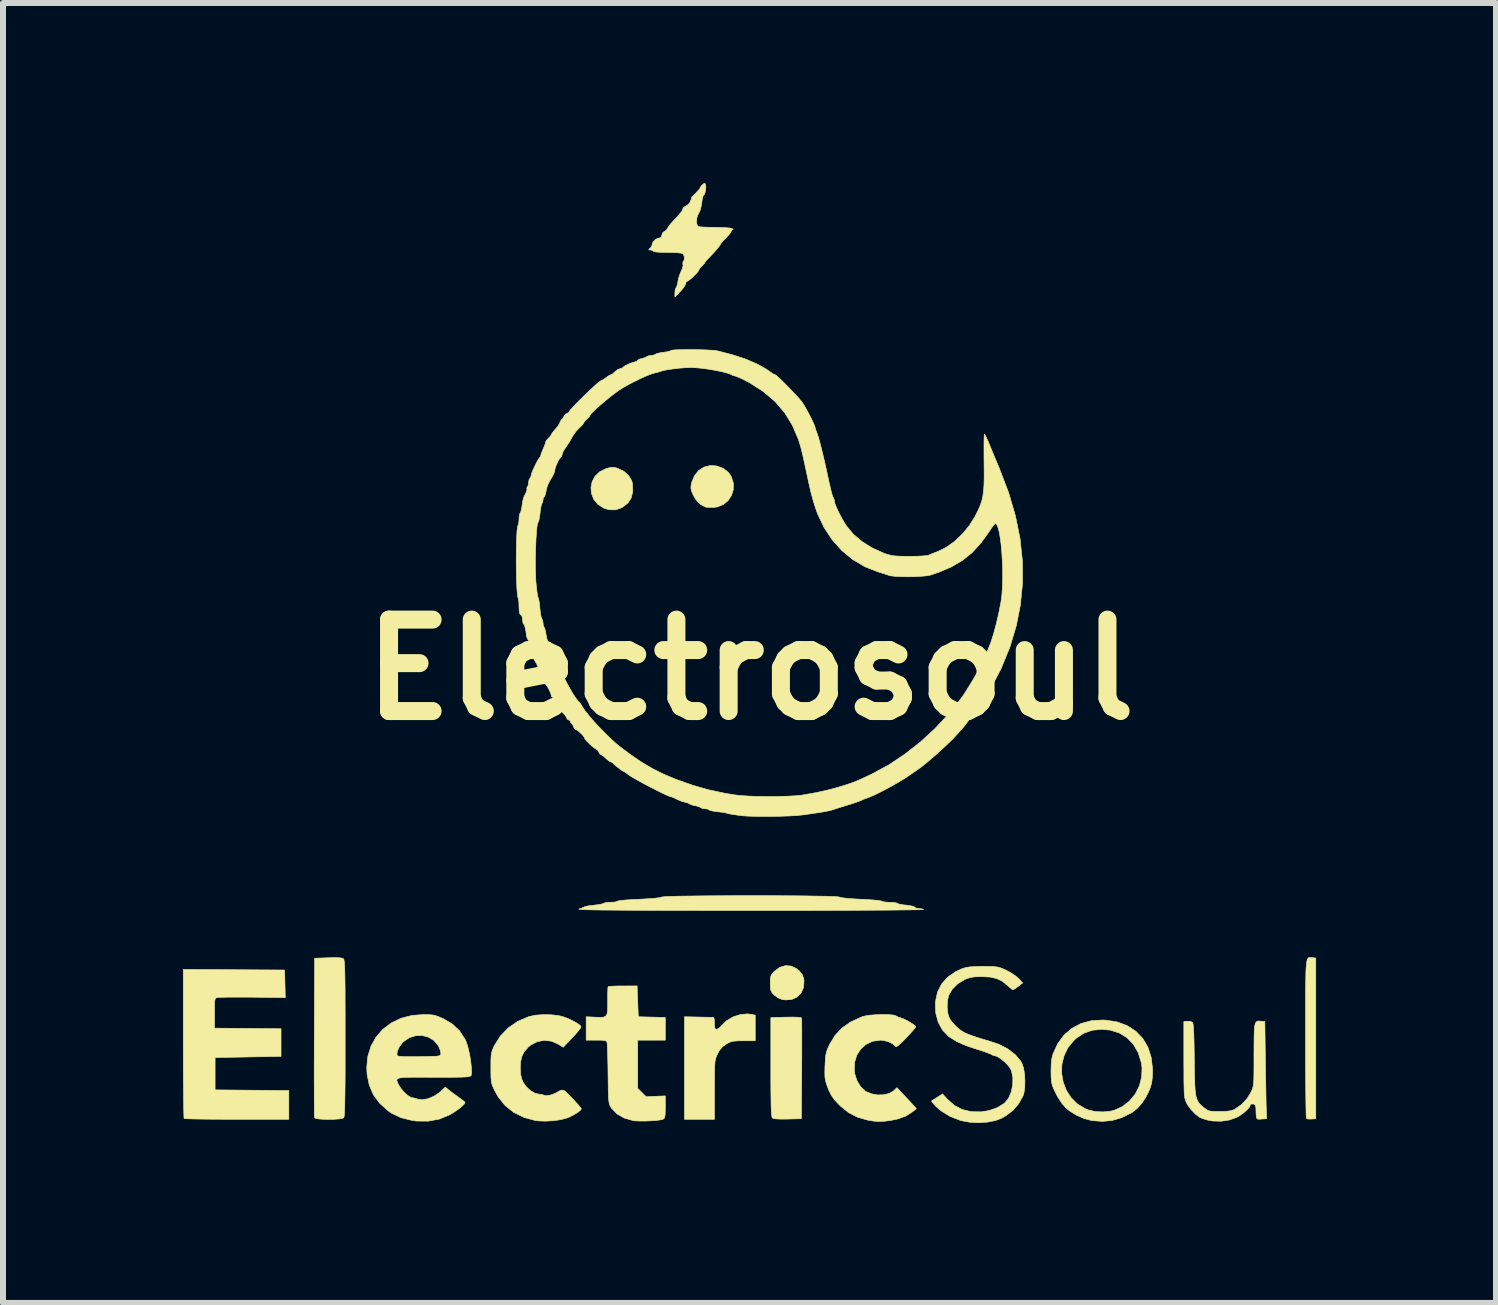
<source format=kicad_pcb>
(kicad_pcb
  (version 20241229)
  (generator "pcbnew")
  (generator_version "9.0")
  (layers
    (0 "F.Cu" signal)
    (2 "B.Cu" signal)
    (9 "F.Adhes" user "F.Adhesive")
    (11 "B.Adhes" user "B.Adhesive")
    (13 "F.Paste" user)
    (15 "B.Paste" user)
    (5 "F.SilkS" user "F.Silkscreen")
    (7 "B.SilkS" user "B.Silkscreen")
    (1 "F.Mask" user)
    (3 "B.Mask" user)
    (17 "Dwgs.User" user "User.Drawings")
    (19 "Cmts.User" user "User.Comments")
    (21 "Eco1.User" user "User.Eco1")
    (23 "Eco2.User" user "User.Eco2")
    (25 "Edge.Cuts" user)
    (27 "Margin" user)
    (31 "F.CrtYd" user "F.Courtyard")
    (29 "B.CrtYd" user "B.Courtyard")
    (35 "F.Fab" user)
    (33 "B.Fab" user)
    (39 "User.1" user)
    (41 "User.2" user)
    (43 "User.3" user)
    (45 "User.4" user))
  (footprint "Electrosoul"
    (layer "F.Cu")
    (at 9.458 8.112)
    (property "Reference" "Electrosoul" (at 0 0 0) (layer "F.SilkS") (effects (font (size 1.524 1.524) (thickness 0.3))))
    (attr through_hole)
    (fp_poly (pts (xy -2.242 -3.365) (xy -2.214 -3.356) (xy -2.111 -3.307) (xy -2.031 -3.237) (xy -1.98 -3.153) (xy -1.967 -3.106) (xy -1.961 -2.974) (xy -1.986 -2.864) (xy -2.042 -2.779) (xy -2.044 -2.777) (xy -2.144 -2.7) (xy -2.249 -2.664) (xy -2.36 -2.666) (xy -2.449 -2.695) (xy -2.545 -2.758) (xy -2.612 -2.84) (xy -2.649 -2.934) (xy -2.658 -3.034) (xy -2.639 -3.132) (xy -2.591 -3.222) (xy -2.516 -3.296) (xy -2.414 -3.348) (xy -2.408 -3.35) (xy -2.34 -3.369) (xy -2.291 -3.374) (xy -2.242 -3.365)) (stroke (width 0.01) (type solid)) (fill yes) (layer "F.SilkS"))
    (fp_poly (pts (xy -0.564 -3.396) (xy -0.451 -3.355) (xy -0.366 -3.287) (xy -0.319 -3.217) (xy -0.285 -3.11) (xy -0.285 -3.004) (xy -0.316 -2.904) (xy -0.374 -2.817) (xy -0.455 -2.751) (xy -0.555 -2.712) (xy -0.606 -2.706) (xy -0.674 -2.705) (xy -0.73 -2.708) (xy -0.749 -2.711) (xy -0.834 -2.755) (xy -0.908 -2.832) (xy -0.954 -2.912) (xy -0.981 -2.976) (xy -0.992 -3.024) (xy -0.989 -3.072) (xy -0.979 -3.12) (xy -0.934 -3.231) (xy -0.864 -3.318) (xy -0.773 -3.377) (xy -0.668 -3.403) (xy -0.564 -3.396)) (stroke (width 0.01) (type solid)) (fill yes) (layer "F.SilkS"))
    (fp_poly (pts (xy 0.679 4.94) (xy 0.772 4.985) (xy 0.82 5.027) (xy 0.866 5.086) (xy 0.889 5.152) (xy 0.893 5.19) (xy 0.885 5.298) (xy 0.845 5.388) (xy 0.778 5.456) (xy 0.69 5.496) (xy 0.584 5.505) (xy 0.522 5.496) (xy 0.464 5.471) (xy 0.405 5.429) (xy 0.392 5.418) (xy 0.358 5.38) (xy 0.339 5.343) (xy 0.332 5.293) (xy 0.33 5.227) (xy 0.332 5.154) (xy 0.34 5.107) (xy 0.361 5.069) (xy 0.396 5.03) (xy 0.485 4.963) (xy 0.581 4.933) (xy 0.679 4.94)) (stroke (width 0.01) (type solid)) (fill yes) (layer "F.SilkS"))
    (fp_poly (pts (xy 0.786 5.793) (xy 0.837 5.799) (xy 0.852 5.805) (xy 0.854 5.829) (xy 0.855 5.888) (xy 0.856 5.979) (xy 0.856 6.097) (xy 0.856 6.238) (xy 0.856 6.397) (xy 0.855 6.57) (xy 0.855 6.655) (xy 0.849 7.484) (xy 0.619 7.49) (xy 0.504 7.491) (xy 0.425 7.487) (xy 0.378 7.479) (xy 0.364 7.471) (xy 0.358 7.454) (xy 0.353 7.418) (xy 0.348 7.357) (xy 0.345 7.271) (xy 0.343 7.156) (xy 0.341 7.01) (xy 0.34 6.828) (xy 0.34 6.622) (xy 0.34 5.798) (xy 0.592 5.792) (xy 0.703 5.79) (xy 0.786 5.793)) (stroke (width 0.01) (type solid)) (fill yes) (layer "F.SilkS"))
    (fp_poly (pts (xy 9.344 4.797) (xy 9.366 4.8) (xy 9.423 4.806) (xy 9.423 7.484) (xy 9.352 7.49) (xy 9.301 7.49) (xy 9.269 7.483) (xy 9.267 7.482) (xy 9.265 7.46) (xy 9.262 7.401) (xy 9.26 7.309) (xy 9.258 7.188) (xy 9.256 7.039) (xy 9.255 6.868) (xy 9.254 6.676) (xy 9.253 6.468) (xy 9.253 6.247) (xy 9.253 6.154) (xy 9.253 5.887) (xy 9.253 5.657) (xy 9.253 5.462) (xy 9.254 5.298) (xy 9.256 5.163) (xy 9.258 5.054) (xy 9.262 4.969) (xy 9.268 4.904) (xy 9.275 4.858) (xy 9.284 4.826) (xy 9.295 4.807) (xy 9.309 4.798) (xy 9.325 4.795) (xy 9.344 4.797)) (stroke (width 0.01) (type solid)) (fill yes) (layer "F.SilkS"))
    (fp_poly (pts (xy -7.764 5.006) (xy -7.753 5.466) (xy -8.297 5.459) (xy -8.442 5.458) (xy -8.577 5.458) (xy -8.694 5.458) (xy -8.789 5.46) (xy -8.855 5.462) (xy -8.887 5.465) (xy -8.887 5.465) (xy -8.906 5.471) (xy -8.919 5.483) (xy -8.927 5.509) (xy -8.931 5.553) (xy -8.933 5.624) (xy -8.933 5.726) (xy -8.933 5.975) (xy -8.378 5.98) (xy -7.824 5.985) (xy -7.824 6.445) (xy -8.923 6.465) (xy -8.923 7.004) (xy -7.694 7.015) (xy -7.694 7.494) (xy -8.56 7.494) (xy -8.742 7.494) (xy -8.912 7.493) (xy -9.065 7.492) (xy -9.198 7.49) (xy -9.305 7.488) (xy -9.384 7.485) (xy -9.43 7.483) (xy -9.439 7.481) (xy -9.442 7.459) (xy -9.444 7.401) (xy -9.446 7.309) (xy -9.448 7.188) (xy -9.449 7.041) (xy -9.451 6.871) (xy -9.452 6.682) (xy -9.452 6.477) (xy -9.453 6.26) (xy -9.453 6.232) (xy -9.453 4.996) (xy -7.764 5.006)) (stroke (width 0.01) (type solid)) (fill yes) (layer "F.SilkS"))
    (fp_poly (pts (xy 0.018 5.745) (xy 0.08 5.759) (xy 0.08 5.972) (xy 0.08 6.185) (xy -0.115 6.185) (xy -0.209 6.186) (xy -0.274 6.191) (xy -0.323 6.201) (xy -0.367 6.22) (xy -0.403 6.24) (xy -0.47 6.288) (xy -0.519 6.349) (xy -0.548 6.404) (xy -0.564 6.438) (xy -0.576 6.47) (xy -0.585 6.505) (xy -0.592 6.549) (xy -0.596 6.607) (xy -0.598 6.685) (xy -0.599 6.789) (xy -0.6 6.924) (xy -0.6 7.003) (xy -0.6 7.494) (xy -1.099 7.494) (xy -1.099 6.64) (xy -1.099 5.785) (xy -0.864 5.79) (xy -0.771 5.792) (xy -0.693 5.793) (xy -0.637 5.794) (xy -0.615 5.795) (xy -0.606 5.813) (xy -0.601 5.859) (xy -0.6 5.895) (xy -0.597 5.956) (xy -0.588 5.986) (xy -0.568 5.995) (xy -0.563 5.995) (xy -0.529 5.98) (xy -0.489 5.943) (xy -0.482 5.934) (xy -0.399 5.852) (xy -0.291 5.788) (xy -0.17 5.749) (xy -0.049 5.737) (xy 0.018 5.745)) (stroke (width 0.01) (type solid)) (fill yes) (layer "F.SilkS"))
    (fp_poly (pts (xy -6.842 4.802) (xy -6.796 4.811) (xy -6.784 4.817) (xy -6.778 4.827) (xy -6.773 4.847) (xy -6.768 4.88) (xy -6.765 4.928) (xy -6.762 4.996) (xy -6.76 5.085) (xy -6.758 5.198) (xy -6.756 5.338) (xy -6.756 5.508) (xy -6.755 5.71) (xy -6.755 5.948) (xy -6.755 6.144) (xy -6.755 6.42) (xy -6.755 6.659) (xy -6.756 6.862) (xy -6.758 7.032) (xy -6.76 7.171) (xy -6.762 7.28) (xy -6.766 7.363) (xy -6.769 7.42) (xy -6.774 7.455) (xy -6.779 7.47) (xy -6.809 7.481) (xy -6.867 7.489) (xy -6.944 7.494) (xy -7.029 7.495) (xy -7.114 7.494) (xy -7.188 7.489) (xy -7.241 7.48) (xy -7.265 7.469) (xy -7.265 7.469) (xy -7.267 7.445) (xy -7.268 7.385) (xy -7.269 7.291) (xy -7.27 7.168) (xy -7.27 7.018) (xy -7.271 6.845) (xy -7.271 6.652) (xy -7.27 6.444) (xy -7.27 6.222) (xy -7.269 6.127) (xy -7.264 4.81) (xy -7.038 4.802) (xy -6.922 4.799) (xy -6.842 4.802)) (stroke (width 0.01) (type solid)) (fill yes) (layer "F.SilkS"))
    (fp_poly (pts (xy -1.879 5.528) (xy -1.869 5.785) (xy -1.644 5.791) (xy -1.419 5.797) (xy -1.419 6.175) (xy -1.879 6.175) (xy -1.879 6.979) (xy -1.738 7.119) (xy -1.579 7.111) (xy -1.419 7.104) (xy -1.419 7.288) (xy -1.42 7.378) (xy -1.424 7.436) (xy -1.433 7.47) (xy -1.448 7.488) (xy -1.454 7.491) (xy -1.495 7.503) (xy -1.565 7.512) (xy -1.653 7.519) (xy -1.749 7.523) (xy -1.841 7.523) (xy -1.919 7.52) (xy -1.958 7.515) (xy -2.106 7.472) (xy -2.225 7.404) (xy -2.312 7.313) (xy -2.322 7.298) (xy -2.337 7.273) (xy -2.348 7.247) (xy -2.356 7.215) (xy -2.362 7.171) (xy -2.366 7.11) (xy -2.369 7.025) (xy -2.371 6.913) (xy -2.373 6.766) (xy -2.373 6.745) (xy -2.375 6.608) (xy -2.378 6.482) (xy -2.381 6.375) (xy -2.384 6.29) (xy -2.387 6.236) (xy -2.389 6.22) (xy -2.396 6.198) (xy -2.413 6.185) (xy -2.446 6.178) (xy -2.505 6.175) (xy -2.568 6.175) (xy -2.738 6.175) (xy -2.738 5.785) (xy -2.588 5.792) (xy -2.504 5.795) (xy -2.446 5.791) (xy -2.409 5.772) (xy -2.388 5.734) (xy -2.38 5.671) (xy -2.379 5.576) (xy -2.379 5.521) (xy -2.38 5.43) (xy -2.378 5.354) (xy -2.375 5.302) (xy -2.372 5.283) (xy -2.348 5.278) (xy -2.294 5.275) (xy -2.215 5.272) (xy -2.125 5.272) (xy -1.889 5.271) (xy -1.879 5.528)) (stroke (width 0.01) (type solid)) (fill yes) (layer "F.SilkS"))
    (fp_poly (pts (xy 5.926 5.842) (xy 6.116 5.872) (xy 6.283 5.935) (xy 6.424 6.027) (xy 6.539 6.146) (xy 6.625 6.292) (xy 6.679 6.46) (xy 6.702 6.65) (xy 6.702 6.695) (xy 6.698 6.801) (xy 6.688 6.884) (xy 6.667 6.96) (xy 6.632 7.043) (xy 6.591 7.124) (xy 6.527 7.223) (xy 6.446 7.313) (xy 6.361 7.38) (xy 6.352 7.386) (xy 6.189 7.466) (xy 6.032 7.513) (xy 5.869 7.529) (xy 5.689 7.515) (xy 5.685 7.514) (xy 5.562 7.482) (xy 5.433 7.425) (xy 5.314 7.351) (xy 5.259 7.306) (xy 5.189 7.225) (xy 5.119 7.117) (xy 5.092 7.064) (xy 5.055 6.988) (xy 5.032 6.929) (xy 5.019 6.873) (xy 5.013 6.807) (xy 5.011 6.731) (xy 5.187 6.731) (xy 5.213 6.876) (xy 5.266 7.013) (xy 5.346 7.136) (xy 5.451 7.24) (xy 5.581 7.318) (xy 5.636 7.34) (xy 5.748 7.365) (xy 5.877 7.371) (xy 6.003 7.359) (xy 6.06 7.345) (xy 6.199 7.283) (xy 6.318 7.19) (xy 6.414 7.073) (xy 6.483 6.937) (xy 6.521 6.789) (xy 6.527 6.633) (xy 6.515 6.551) (xy 6.464 6.385) (xy 6.384 6.246) (xy 6.279 6.136) (xy 6.15 6.056) (xy 6 6.008) (xy 5.855 5.995) (xy 5.697 6.01) (xy 5.559 6.058) (xy 5.434 6.14) (xy 5.388 6.182) (xy 5.29 6.303) (xy 5.225 6.439) (xy 5.191 6.583) (xy 5.187 6.731) (xy 5.011 6.731) (xy 5.011 6.716) (xy 5.01 6.705) (xy 5.013 6.58) (xy 5.023 6.484) (xy 5.043 6.406) (xy 5.043 6.405) (xy 5.123 6.232) (xy 5.228 6.089) (xy 5.358 5.978) (xy 5.51 5.898) (xy 5.683 5.851) (xy 5.875 5.839) (xy 5.926 5.842)) (stroke (width 0.01) (type solid)) (fill yes) (layer "F.SilkS"))
    (fp_poly (pts (xy -3.324 5.752) (xy -3.201 5.765) (xy -3.118 5.786) (xy -3.036 5.817) (xy -2.957 5.855) (xy -2.888 5.894) (xy -2.84 5.928) (xy -2.823 5.95) (xy -2.833 5.973) (xy -2.866 6.017) (xy -2.916 6.077) (xy -2.968 6.133) (xy -3.121 6.293) (xy -3.203 6.242) (xy -3.316 6.192) (xy -3.436 6.178) (xy -3.554 6.2) (xy -3.662 6.256) (xy -3.704 6.291) (xy -3.771 6.368) (xy -3.812 6.45) (xy -3.833 6.549) (xy -3.836 6.642) (xy -3.831 6.74) (xy -3.815 6.815) (xy -3.79 6.875) (xy -3.738 6.95) (xy -3.669 7.014) (xy -3.595 7.058) (xy -3.531 7.074) (xy -3.475 7.081) (xy -3.439 7.094) (xy -3.392 7.101) (xy -3.327 7.089) (xy -3.257 7.062) (xy -3.237 7.052) (xy -3.187 7.023) (xy -3.15 7.008) (xy -3.118 7.009) (xy -3.084 7.03) (xy -3.038 7.074) (xy -2.972 7.142) (xy -2.968 7.146) (xy -2.908 7.212) (xy -2.859 7.266) (xy -2.827 7.304) (xy -2.818 7.318) (xy -2.834 7.343) (xy -2.878 7.378) (xy -2.939 7.416) (xy -3.008 7.452) (xy -3.063 7.474) (xy -3.167 7.501) (xy -3.293 7.518) (xy -3.423 7.525) (xy -3.541 7.52) (xy -3.582 7.515) (xy -3.777 7.462) (xy -3.945 7.379) (xy -4.087 7.266) (xy -4.203 7.123) (xy -4.264 7.014) (xy -4.29 6.958) (xy -4.308 6.911) (xy -4.319 6.862) (xy -4.324 6.802) (xy -4.326 6.721) (xy -4.326 6.635) (xy -4.326 6.528) (xy -4.323 6.452) (xy -4.316 6.395) (xy -4.304 6.348) (xy -4.285 6.302) (xy -4.27 6.269) (xy -4.169 6.108) (xy -4.038 5.972) (xy -3.881 5.863) (xy -3.699 5.785) (xy -3.687 5.781) (xy -3.583 5.759) (xy -3.457 5.75) (xy -3.324 5.752)) (stroke (width 0.01) (type solid)) (fill yes) (layer "F.SilkS"))
    (fp_poly (pts (xy 2.296 5.749) (xy 2.369 5.755) (xy 2.415 5.765) (xy 2.422 5.769) (xy 2.46 5.789) (xy 2.508 5.804) (xy 2.552 5.82) (xy 2.609 5.849) (xy 2.669 5.883) (xy 2.72 5.916) (xy 2.752 5.943) (xy 2.757 5.952) (xy 2.744 5.971) (xy 2.709 6.013) (xy 2.657 6.071) (xy 2.597 6.135) (xy 2.523 6.211) (xy 2.468 6.261) (xy 2.433 6.284) (xy 2.423 6.283) (xy 2.374 6.237) (xy 2.3 6.201) (xy 2.214 6.179) (xy 2.166 6.175) (xy 2.038 6.193) (xy 1.928 6.244) (xy 1.839 6.323) (xy 1.773 6.425) (xy 1.736 6.545) (xy 1.731 6.678) (xy 1.739 6.737) (xy 1.776 6.851) (xy 1.836 6.95) (xy 1.913 7.023) (xy 1.926 7.032) (xy 2.018 7.07) (xy 2.121 7.088) (xy 2.225 7.085) (xy 2.317 7.062) (xy 2.387 7.02) (xy 2.389 7.018) (xy 2.442 6.966) (xy 2.553 7.085) (xy 2.613 7.149) (xy 2.669 7.21) (xy 2.71 7.254) (xy 2.714 7.259) (xy 2.765 7.314) (xy 2.706 7.365) (xy 2.593 7.439) (xy 2.447 7.491) (xy 2.341 7.512) (xy 2.23 7.527) (xy 2.14 7.531) (xy 2.052 7.524) (xy 1.948 7.506) (xy 1.783 7.459) (xy 1.638 7.384) (xy 1.504 7.276) (xy 1.477 7.25) (xy 1.404 7.171) (xy 1.352 7.1) (xy 1.312 7.022) (xy 1.292 6.973) (xy 1.267 6.904) (xy 1.251 6.847) (xy 1.242 6.79) (xy 1.24 6.72) (xy 1.242 6.625) (xy 1.243 6.605) (xy 1.248 6.504) (xy 1.255 6.43) (xy 1.267 6.372) (xy 1.287 6.317) (xy 1.317 6.252) (xy 1.32 6.245) (xy 1.411 6.096) (xy 1.526 5.973) (xy 1.669 5.873) (xy 1.844 5.792) (xy 1.873 5.781) (xy 1.932 5.767) (xy 2.014 5.757) (xy 2.108 5.75) (xy 2.206 5.747) (xy 2.296 5.749)) (stroke (width 0.01) (type solid)) (fill yes) (layer "F.SilkS"))
    (fp_poly (pts (xy 8.505 5.858) (xy 8.512 5.859) (xy 8.574 5.865) (xy 8.583 6.505) (xy 8.585 6.67) (xy 8.588 6.831) (xy 8.591 6.98) (xy 8.593 7.112) (xy 8.595 7.219) (xy 8.597 7.295) (xy 8.598 7.314) (xy 8.603 7.484) (xy 8.518 7.49) (xy 8.478 7.493) (xy 8.452 7.49) (xy 8.437 7.473) (xy 8.43 7.436) (xy 8.427 7.371) (xy 8.425 7.304) (xy 8.416 7.259) (xy 8.388 7.24) (xy 8.378 7.238) (xy 8.344 7.241) (xy 8.333 7.252) (xy 8.318 7.289) (xy 8.276 7.338) (xy 8.216 7.39) (xy 8.148 7.438) (xy 8.108 7.461) (xy 7.985 7.505) (xy 7.845 7.526) (xy 7.703 7.522) (xy 7.624 7.508) (xy 7.559 7.489) (xy 7.508 7.471) (xy 7.491 7.463) (xy 7.416 7.407) (xy 7.342 7.329) (xy 7.282 7.246) (xy 7.267 7.217) (xy 7.255 7.189) (xy 7.246 7.161) (xy 7.238 7.127) (xy 7.233 7.083) (xy 7.229 7.023) (xy 7.227 6.944) (xy 7.225 6.84) (xy 7.225 6.707) (xy 7.224 6.54) (xy 7.224 6.495) (xy 7.224 5.865) (xy 7.286 5.859) (xy 7.337 5.863) (xy 7.37 5.88) (xy 7.378 5.909) (xy 7.384 5.975) (xy 7.39 6.079) (xy 7.394 6.221) (xy 7.397 6.403) (xy 7.398 6.496) (xy 7.4 6.679) (xy 7.403 6.828) (xy 7.408 6.945) (xy 7.415 7.037) (xy 7.426 7.108) (xy 7.442 7.162) (xy 7.463 7.205) (xy 7.491 7.24) (xy 7.526 7.274) (xy 7.561 7.302) (xy 7.6 7.332) (xy 7.635 7.35) (xy 7.677 7.36) (xy 7.737 7.363) (xy 7.821 7.364) (xy 7.923 7.362) (xy 7.997 7.353) (xy 8.051 7.337) (xy 8.074 7.327) (xy 8.184 7.249) (xy 8.281 7.145) (xy 8.345 7.039) (xy 8.36 7.006) (xy 8.371 6.974) (xy 8.38 6.939) (xy 8.386 6.894) (xy 8.39 6.834) (xy 8.392 6.755) (xy 8.393 6.649) (xy 8.393 6.513) (xy 8.393 6.417) (xy 8.394 6.251) (xy 8.395 6.121) (xy 8.398 6.023) (xy 8.403 5.952) (xy 8.413 5.904) (xy 8.427 5.875) (xy 8.446 5.86) (xy 8.472 5.856) (xy 8.505 5.858)) (stroke (width 0.01) (type solid)) (fill yes) (layer "F.SilkS"))
    (fp_poly (pts (xy 0.141 3.767) (xy 0.35 3.767) (xy 0.553 3.768) (xy 0.746 3.769) (xy 0.924 3.771) (xy 1.085 3.774) (xy 1.223 3.776) (xy 1.336 3.779) (xy 1.419 3.783) (xy 1.469 3.787) (xy 1.481 3.79) (xy 1.511 3.799) (xy 1.573 3.807) (xy 1.662 3.816) (xy 1.771 3.823) (xy 1.839 3.826) (xy 1.95 3.832) (xy 2.048 3.839) (xy 2.125 3.846) (xy 2.174 3.854) (xy 2.187 3.858) (xy 2.216 3.869) (xy 2.272 3.875) (xy 2.321 3.877) (xy 2.385 3.88) (xy 2.431 3.887) (xy 2.446 3.894) (xy 2.47 3.905) (xy 2.523 3.916) (xy 2.593 3.925) (xy 2.598 3.925) (xy 2.667 3.935) (xy 2.717 3.946) (xy 2.738 3.957) (xy 2.738 3.958) (xy 2.755 3.972) (xy 2.793 3.978) (xy 2.85 3.986) (xy 2.888 3.997) (xy 2.873 3.999) (xy 2.82 4.001) (xy 2.732 4.003) (xy 2.609 4.004) (xy 2.454 4.006) (xy 2.27 4.008) (xy 2.057 4.009) (xy 1.819 4.01) (xy 1.557 4.011) (xy 1.273 4.012) (xy 0.968 4.013) (xy 0.646 4.013) (xy 0.309 4.013) (xy 0 4.013) (xy -0.419 4.013) (xy -0.8 4.013) (xy -1.143 4.012) (xy -1.451 4.012) (xy -1.724 4.011) (xy -1.964 4.01) (xy -2.172 4.009) (xy -2.35 4.007) (xy -2.498 4.006) (xy -2.62 4.004) (xy -2.715 4.002) (xy -2.785 3.999) (xy -2.831 3.997) (xy -2.856 3.994) (xy -2.86 3.991) (xy -2.858 3.99) (xy -2.805 3.971) (xy -2.768 3.954) (xy -2.765 3.952) (xy -2.735 3.943) (xy -2.678 3.933) (xy -2.604 3.925) (xy -2.6 3.924) (xy -2.528 3.916) (xy -2.474 3.905) (xy -2.447 3.895) (xy -2.446 3.894) (xy -2.422 3.885) (xy -2.371 3.878) (xy -2.327 3.877) (xy -2.267 3.874) (xy -2.228 3.866) (xy -2.218 3.859) (xy -2.199 3.853) (xy -2.147 3.846) (xy -2.067 3.838) (xy -1.966 3.832) (xy -1.864 3.827) (xy -1.735 3.82) (xy -1.627 3.813) (xy -1.545 3.804) (xy -1.494 3.795) (xy -1.481 3.79) (xy -1.456 3.786) (xy -1.395 3.782) (xy -1.302 3.778) (xy -1.18 3.775) (xy -1.034 3.773) (xy -0.867 3.771) (xy -0.684 3.769) (xy -0.487 3.768) (xy -0.282 3.767) (xy -0.071 3.767) (xy 0.141 3.767)) (stroke (width 0.01) (type solid)) (fill yes) (layer "F.SilkS"))
    (fp_poly (pts (xy -5.353 5.75) (xy -5.284 5.757) (xy -5.223 5.774) (xy -5.153 5.802) (xy -5.116 5.819) (xy -4.965 5.909) (xy -4.846 6.023) (xy -4.756 6.163) (xy -4.743 6.191) (xy -4.718 6.26) (xy -4.695 6.349) (xy -4.675 6.447) (xy -4.66 6.546) (xy -4.651 6.637) (xy -4.648 6.711) (xy -4.654 6.759) (xy -4.659 6.768) (xy -4.672 6.776) (xy -4.699 6.783) (xy -4.743 6.788) (xy -4.809 6.791) (xy -4.9 6.793) (xy -5.021 6.794) (xy -5.176 6.794) (xy -5.284 6.794) (xy -5.462 6.793) (xy -5.603 6.793) (xy -5.712 6.794) (xy -5.792 6.798) (xy -5.846 6.805) (xy -5.878 6.817) (xy -5.893 6.833) (xy -5.892 6.855) (xy -5.881 6.885) (xy -5.862 6.921) (xy -5.857 6.931) (xy -5.819 6.989) (xy -5.767 7.047) (xy -5.711 7.097) (xy -5.661 7.128) (xy -5.637 7.134) (xy -5.6 7.141) (xy -5.547 7.157) (xy -5.543 7.158) (xy -5.465 7.168) (xy -5.372 7.15) (xy -5.276 7.11) (xy -5.186 7.05) (xy -5.168 7.035) (xy -5.086 6.958) (xy -5.033 7.001) (xy -4.989 7.036) (xy -4.927 7.082) (xy -4.869 7.124) (xy -4.813 7.165) (xy -4.772 7.197) (xy -4.756 7.215) (xy -4.756 7.215) (xy -4.772 7.242) (xy -4.814 7.282) (xy -4.875 7.33) (xy -4.945 7.379) (xy -5.016 7.421) (xy -5.187 7.491) (xy -5.373 7.525) (xy -5.568 7.523) (xy -5.64 7.513) (xy -5.825 7.467) (xy -5.981 7.393) (xy -6.036 7.355) (xy -6.178 7.228) (xy -6.283 7.086) (xy -6.353 6.926) (xy -6.389 6.747) (xy -6.395 6.631) (xy -6.377 6.444) (xy -6.365 6.407) (xy -5.893 6.407) (xy -5.885 6.435) (xy -5.86 6.443) (xy -5.795 6.449) (xy -5.694 6.451) (xy -5.556 6.451) (xy -5.519 6.45) (xy -5.393 6.448) (xy -5.301 6.446) (xy -5.237 6.443) (xy -5.197 6.438) (xy -5.175 6.43) (xy -5.164 6.419) (xy -5.16 6.404) (xy -5.159 6.399) (xy -5.166 6.356) (xy -5.188 6.297) (xy -5.206 6.263) (xy -5.277 6.179) (xy -5.368 6.124) (xy -5.472 6.097) (xy -5.58 6.101) (xy -5.686 6.134) (xy -5.781 6.199) (xy -5.799 6.216) (xy -5.85 6.282) (xy -5.882 6.349) (xy -5.893 6.407) (xy -6.365 6.407) (xy -6.324 6.274) (xy -6.239 6.123) (xy -6.125 5.993) (xy -5.986 5.888) (xy -5.824 5.81) (xy -5.642 5.763) (xy -5.446 5.748) (xy -5.353 5.75)) (stroke (width 0.01) (type solid)) (fill yes) (layer "F.SilkS"))
    (fp_poly (pts (xy 3.983 4.947) (xy 4.059 4.949) (xy 4.116 4.956) (xy 4.164 4.968) (xy 4.214 4.988) (xy 4.265 5.011) (xy 4.344 5.054) (xy 4.417 5.103) (xy 4.47 5.148) (xy 4.537 5.22) (xy 4.464 5.278) (xy 4.418 5.312) (xy 4.384 5.333) (xy 4.377 5.336) (xy 4.355 5.323) (xy 4.315 5.291) (xy 4.285 5.263) (xy 4.199 5.194) (xy 4.107 5.149) (xy 3.999 5.124) (xy 3.864 5.116) (xy 3.856 5.116) (xy 3.756 5.118) (xy 3.682 5.127) (xy 3.618 5.145) (xy 3.573 5.163) (xy 3.456 5.234) (xy 3.363 5.327) (xy 3.308 5.42) (xy 3.284 5.515) (xy 3.279 5.626) (xy 3.292 5.735) (xy 3.315 5.807) (xy 3.358 5.872) (xy 3.423 5.943) (xy 3.5 6.008) (xy 3.567 6.05) (xy 3.624 6.074) (xy 3.706 6.105) (xy 3.802 6.137) (xy 3.9 6.167) (xy 3.97 6.187) (xy 4.141 6.244) (xy 4.29 6.321) (xy 4.412 6.415) (xy 4.501 6.52) (xy 4.527 6.565) (xy 4.553 6.644) (xy 4.569 6.745) (xy 4.575 6.858) (xy 4.572 6.967) (xy 4.558 7.06) (xy 4.543 7.105) (xy 4.468 7.238) (xy 4.375 7.346) (xy 4.254 7.437) (xy 4.197 7.471) (xy 4.087 7.514) (xy 3.953 7.541) (xy 3.805 7.551) (xy 3.655 7.543) (xy 3.516 7.517) (xy 3.503 7.514) (xy 3.321 7.443) (xy 3.168 7.347) (xy 3.096 7.283) (xy 3.053 7.236) (xy 3.025 7.202) (xy 3.019 7.189) (xy 3.039 7.175) (xy 3.082 7.148) (xy 3.115 7.127) (xy 3.202 7.071) (xy 3.285 7.162) (xy 3.401 7.264) (xy 3.532 7.332) (xy 3.683 7.367) (xy 3.845 7.37) (xy 3.982 7.348) (xy 4.112 7.301) (xy 4.22 7.236) (xy 4.241 7.219) (xy 4.303 7.142) (xy 4.347 7.039) (xy 4.371 6.922) (xy 4.374 6.805) (xy 4.354 6.697) (xy 4.336 6.654) (xy 4.299 6.601) (xy 4.245 6.544) (xy 4.183 6.492) (xy 4.124 6.453) (xy 4.079 6.436) (xy 4.076 6.435) (xy 4.036 6.425) (xy 4.026 6.418) (xy 4 6.405) (xy 3.944 6.383) (xy 3.869 6.357) (xy 3.807 6.337) (xy 3.71 6.306) (xy 3.64 6.282) (xy 3.585 6.262) (xy 3.534 6.241) (xy 3.475 6.214) (xy 3.437 6.197) (xy 3.304 6.114) (xy 3.201 6.006) (xy 3.129 5.875) (xy 3.089 5.724) (xy 3.083 5.554) (xy 3.085 5.529) (xy 3.118 5.375) (xy 3.186 5.24) (xy 3.287 5.126) (xy 3.421 5.033) (xy 3.527 4.984) (xy 3.582 4.967) (xy 3.645 4.955) (xy 3.725 4.949) (xy 3.831 4.946) (xy 3.877 4.946) (xy 3.983 4.947)) (stroke (width 0.01) (type solid)) (fill yes) (layer "F.SilkS"))
    (fp_poly (pts (xy -0.755 -8.102) (xy -0.748 -8.086) (xy -0.743 -8.047) (xy -0.747 -7.996) (xy -0.757 -7.948) (xy -0.771 -7.918) (xy -0.778 -7.914) (xy -0.789 -7.896) (xy -0.801 -7.849) (xy -0.809 -7.801) (xy -0.82 -7.731) (xy -0.833 -7.674) (xy -0.841 -7.651) (xy -0.866 -7.601) (xy -0.879 -7.574) (xy -0.896 -7.519) (xy -0.899 -7.459) (xy -0.888 -7.41) (xy -0.868 -7.386) (xy -0.836 -7.381) (xy -0.774 -7.377) (xy -0.689 -7.374) (xy -0.593 -7.373) (xy -0.495 -7.371) (xy -0.409 -7.367) (xy -0.344 -7.361) (xy -0.31 -7.354) (xy -0.288 -7.341) (xy -0.295 -7.336) (xy -0.318 -7.318) (xy -0.32 -7.308) (xy -0.333 -7.282) (xy -0.368 -7.238) (xy -0.41 -7.194) (xy -0.457 -7.146) (xy -0.489 -7.108) (xy -0.5 -7.09) (xy -0.513 -7.067) (xy -0.548 -7.022) (xy -0.598 -6.964) (xy -0.658 -6.9) (xy -0.704 -6.853) (xy -0.74 -6.815) (xy -0.758 -6.789) (xy -0.759 -6.786) (xy -0.773 -6.765) (xy -0.805 -6.731) (xy -0.809 -6.726) (xy -0.843 -6.691) (xy -0.859 -6.665) (xy -0.859 -6.663) (xy -0.873 -6.638) (xy -0.908 -6.597) (xy -0.954 -6.551) (xy -1.001 -6.509) (xy -1.039 -6.481) (xy -1.053 -6.475) (xy -1.074 -6.458) (xy -1.079 -6.436) (xy -1.092 -6.402) (xy -1.127 -6.352) (xy -1.169 -6.304) (xy -1.259 -6.211) (xy -1.259 -6.282) (xy -1.254 -6.332) (xy -1.243 -6.362) (xy -1.241 -6.364) (xy -1.227 -6.389) (xy -1.213 -6.439) (xy -1.21 -6.46) (xy -1.199 -6.518) (xy -1.183 -6.572) (xy -1.157 -6.636) (xy -1.134 -6.688) (xy -1.123 -6.735) (xy -1.126 -6.763) (xy -1.126 -6.795) (xy -1.118 -6.805) (xy -1.102 -6.835) (xy -1.102 -6.881) (xy -1.117 -6.923) (xy -1.123 -6.931) (xy -1.158 -6.943) (xy -1.231 -6.951) (xy -1.345 -6.954) (xy -1.383 -6.955) (xy -1.487 -6.956) (xy -1.564 -6.961) (xy -1.609 -6.968) (xy -1.619 -6.975) (xy -1.636 -6.99) (xy -1.664 -6.995) (xy -1.695 -6.998) (xy -1.689 -7.01) (xy -1.674 -7.022) (xy -1.645 -7.06) (xy -1.639 -7.087) (xy -1.622 -7.133) (xy -1.58 -7.173) (xy -1.528 -7.194) (xy -1.519 -7.194) (xy -1.486 -7.207) (xy -1.479 -7.24) (xy -1.461 -7.285) (xy -1.434 -7.305) (xy -1.397 -7.332) (xy -1.383 -7.356) (xy -1.367 -7.383) (xy -1.33 -7.431) (xy -1.277 -7.49) (xy -1.247 -7.521) (xy -1.192 -7.581) (xy -1.151 -7.631) (xy -1.13 -7.665) (xy -1.129 -7.673) (xy -1.122 -7.695) (xy -1.095 -7.716) (xy -1.052 -7.743) (xy -1.028 -7.762) (xy -1.008 -7.792) (xy -0.99 -7.83) (xy -0.981 -7.86) (xy -0.983 -7.867) (xy -0.973 -7.881) (xy -0.942 -7.913) (xy -0.914 -7.94) (xy -0.872 -7.984) (xy -0.844 -8.018) (xy -0.839 -8.029) (xy -0.826 -8.055) (xy -0.8 -8.083) (xy -0.77 -8.107) (xy -0.755 -8.102)) (stroke (width 0.01) (type solid)) (fill yes) (layer "F.SilkS"))
    (fp_poly (pts (xy -0.961 -5.335) (xy -0.851 -5.333) (xy -0.746 -5.33) (xy -0.654 -5.325) (xy -0.583 -5.319) (xy -0.545 -5.313) (xy -0.296 -5.248) (xy -0.083 -5.178) (xy 0.098 -5.101) (xy 0.252 -5.017) (xy 0.332 -4.962) (xy 0.376 -4.932) (xy 0.408 -4.917) (xy 0.412 -4.916) (xy 0.433 -4.902) (xy 0.475 -4.865) (xy 0.532 -4.81) (xy 0.598 -4.744) (xy 0.669 -4.672) (xy 0.737 -4.6) (xy 0.797 -4.535) (xy 0.843 -4.481) (xy 0.863 -4.456) (xy 0.894 -4.408) (xy 0.933 -4.341) (xy 0.975 -4.263) (xy 1.015 -4.185) (xy 1.049 -4.114) (xy 1.072 -4.061) (xy 1.079 -4.035) (xy 1.087 -4.003) (xy 1.105 -3.954) (xy 1.107 -3.95) (xy 1.125 -3.899) (xy 1.149 -3.817) (xy 1.177 -3.709) (xy 1.208 -3.584) (xy 1.24 -3.447) (xy 1.269 -3.317) (xy 1.301 -3.166) (xy 1.328 -3.05) (xy 1.348 -2.965) (xy 1.364 -2.909) (xy 1.376 -2.877) (xy 1.381 -2.869) (xy 1.396 -2.834) (xy 1.399 -2.81) (xy 1.409 -2.766) (xy 1.436 -2.698) (xy 1.476 -2.614) (xy 1.524 -2.523) (xy 1.575 -2.436) (xy 1.601 -2.395) (xy 1.714 -2.259) (xy 1.86 -2.135) (xy 2.032 -2.028) (xy 2.223 -1.942) (xy 2.238 -1.936) (xy 2.297 -1.917) (xy 2.354 -1.903) (xy 2.418 -1.895) (xy 2.499 -1.891) (xy 2.607 -1.889) (xy 2.65 -1.889) (xy 2.778 -1.891) (xy 2.88 -1.896) (xy 2.95 -1.904) (xy 2.98 -1.912) (xy 3.027 -1.933) (xy 3.092 -1.958) (xy 3.126 -1.971) (xy 3.262 -2.038) (xy 3.4 -2.136) (xy 3.531 -2.26) (xy 3.648 -2.401) (xy 3.743 -2.552) (xy 3.751 -2.568) (xy 3.795 -2.658) (xy 3.83 -2.737) (xy 3.856 -2.813) (xy 3.874 -2.891) (xy 3.886 -2.979) (xy 3.893 -3.084) (xy 3.896 -3.213) (xy 3.895 -3.372) (xy 3.894 -3.447) (xy 3.893 -3.58) (xy 3.893 -3.699) (xy 3.893 -3.798) (xy 3.895 -3.873) (xy 3.897 -3.916) (xy 3.899 -3.926) (xy 3.91 -3.913) (xy 3.932 -3.871) (xy 3.961 -3.807) (xy 3.976 -3.772) (xy 4.01 -3.688) (xy 4.054 -3.581) (xy 4.103 -3.465) (xy 4.15 -3.353) (xy 4.15 -3.352) (xy 4.303 -2.952) (xy 4.417 -2.563) (xy 4.494 -2.182) (xy 4.533 -1.809) (xy 4.535 -1.44) (xy 4.499 -1.076) (xy 4.433 -0.739) (xy 4.325 -0.378) (xy 4.18 -0.022) (xy 4 0.323) (xy 3.789 0.652) (xy 3.548 0.962) (xy 3.38 1.147) (xy 3.313 1.213) (xy 3.229 1.292) (xy 3.136 1.377) (xy 3.041 1.462) (xy 2.951 1.538) (xy 2.874 1.601) (xy 2.819 1.643) (xy 2.818 1.644) (xy 2.772 1.675) (xy 2.712 1.717) (xy 2.678 1.741) (xy 2.578 1.808) (xy 2.461 1.879) (xy 2.334 1.951) (xy 2.207 2.019) (xy 2.089 2.078) (xy 1.987 2.123) (xy 1.918 2.148) (xy 1.873 2.165) (xy 1.849 2.178) (xy 1.822 2.189) (xy 1.766 2.209) (xy 1.69 2.235) (xy 1.619 2.257) (xy 1.528 2.285) (xy 1.446 2.31) (xy 1.385 2.33) (xy 1.359 2.339) (xy 1.304 2.353) (xy 1.209 2.371) (xy 1.074 2.392) (xy 0.9 2.417) (xy 0.879 2.42) (xy 0.779 2.43) (xy 0.649 2.438) (xy 0.501 2.443) (xy 0.343 2.446) (xy 0.188 2.446) (xy 0.044 2.444) (xy -0.077 2.439) (xy -0.13 2.435) (xy -0.219 2.424) (xy -0.297 2.413) (xy -0.352 2.403) (xy -0.37 2.398) (xy -0.41 2.387) (xy -0.475 2.376) (xy -0.544 2.368) (xy -0.614 2.359) (xy -0.666 2.348) (xy -0.69 2.337) (xy -0.717 2.323) (xy -0.759 2.318) (xy -0.805 2.312) (xy -0.828 2.3) (xy -0.854 2.285) (xy -0.903 2.271) (xy -0.919 2.268) (xy -0.972 2.256) (xy -1.005 2.242) (xy -1.009 2.239) (xy -1.033 2.225) (xy -1.081 2.211) (xy -1.09 2.209) (xy -1.158 2.19) (xy -1.227 2.16) (xy -1.231 2.157) (xy -1.282 2.132) (xy -1.32 2.119) (xy -1.325 2.118) (xy -1.355 2.109) (xy -1.412 2.084) (xy -1.49 2.047) (xy -1.582 2.001) (xy -1.681 1.951) (xy -1.779 1.899) (xy -1.871 1.849) (xy -1.947 1.805) (xy -2.003 1.772) (xy -2.022 1.758) (xy -2.068 1.723) (xy -2.101 1.702) (xy -2.109 1.699) (xy -2.132 1.687) (xy -2.173 1.658) (xy -2.221 1.621) (xy -2.264 1.585) (xy -2.291 1.559) (xy -2.295 1.554) (xy -2.318 1.54) (xy -2.326 1.539) (xy -2.354 1.525) (xy -2.395 1.492) (xy -2.408 1.479) (xy -2.45 1.441) (xy -2.483 1.42) (xy -2.489 1.419) (xy -2.513 1.402) (xy -2.524 1.379) (xy -2.549 1.339) (xy -2.571 1.325) (xy -2.599 1.308) (xy -2.64 1.275) (xy -2.685 1.233) (xy -2.727 1.192) (xy -2.757 1.158) (xy -2.767 1.14) (xy -2.765 1.139) (xy -2.769 1.126) (xy -2.794 1.094) (xy -2.818 1.069) (xy -2.862 1.028) (xy -2.899 1.003) (xy -2.911 0.999) (xy -2.935 0.982) (xy -2.949 0.949) (xy -2.965 0.912) (xy -2.98 0.899) (xy -2.996 0.883) (xy -2.998 0.869) (xy -3.014 0.843) (xy -3.028 0.839) (xy -3.054 0.825) (xy -3.058 0.813) (xy -3.071 0.784) (xy -3.105 0.742) (xy -3.118 0.729) (xy -3.155 0.687) (xy -3.176 0.653) (xy -3.177 0.646) (xy -3.187 0.622) (xy -3.193 0.62) (xy -3.213 0.602) (xy -3.24 0.559) (xy -3.267 0.499) (xy -3.269 0.495) (xy -3.288 0.465) (xy -3.3 0.46) (xy -3.317 0.444) (xy -3.317 0.438) (xy -3.326 0.403) (xy -3.347 0.352) (xy -3.373 0.3) (xy -3.397 0.264) (xy -3.403 0.258) (xy -3.419 0.236) (xy -3.42 0.233) (xy -3.428 0.194) (xy -3.453 0.147) (xy -3.471 0.123) (xy -3.494 0.086) (xy -3.497 0.068) (xy -3.506 0.027) (xy -3.516 0.005) (xy -3.538 -0.041) (xy -3.546 -0.06) (xy -3.564 -0.097) (xy -3.593 -0.146) (xy -3.596 -0.15) (xy -3.623 -0.21) (xy -3.636 -0.272) (xy -3.636 -0.272) (xy -3.646 -0.325) (xy -3.667 -0.36) (xy -3.69 -0.397) (xy -3.697 -0.439) (xy -3.702 -0.484) (xy -3.711 -0.507) (xy -3.725 -0.537) (xy -3.73 -0.555) (xy -3.745 -0.655) (xy -3.759 -0.719) (xy -3.771 -0.752) (xy -3.78 -0.759) (xy -3.791 -0.777) (xy -3.797 -0.82) (xy -3.797 -0.83) (xy -3.806 -0.887) (xy -3.827 -0.912) (xy -3.845 -0.931) (xy -3.854 -0.976) (xy -3.857 -1.048) (xy -3.859 -1.115) (xy -3.864 -1.165) (xy -3.869 -1.185) (xy -3.879 -1.213) (xy -3.886 -1.275) (xy -3.893 -1.365) (xy -3.898 -1.475) (xy -3.901 -1.6) (xy -3.903 -1.734) (xy -3.903 -1.801) (xy -3.585 -1.801) (xy -3.584 -1.676) (xy -3.581 -1.563) (xy -3.576 -1.467) (xy -3.575 -1.459) (xy -3.566 -1.363) (xy -3.556 -1.283) (xy -3.546 -1.226) (xy -3.539 -1.2) (xy -3.538 -1.199) (xy -3.53 -1.176) (xy -3.52 -1.123) (xy -3.512 -1.051) (xy -3.51 -1.03) (xy -3.502 -0.953) (xy -3.491 -0.891) (xy -3.48 -0.855) (xy -3.477 -0.851) (xy -3.462 -0.818) (xy -3.457 -0.777) (xy -3.452 -0.733) (xy -3.44 -0.711) (xy -3.428 -0.687) (xy -3.415 -0.636) (xy -3.409 -0.599) (xy -3.394 -0.522) (xy -3.373 -0.447) (xy -3.364 -0.424) (xy -3.339 -0.365) (xy -3.319 -0.316) (xy -3.316 -0.31) (xy -3.292 -0.249) (xy -3.273 -0.208) (xy -3.251 -0.169) (xy -3.239 -0.15) (xy -3.212 -0.098) (xy -3.199 -0.052) (xy -3.199 -0.05) (xy -3.187 -0.006) (xy -3.16 0.046) (xy -3.157 0.05) (xy -3.124 0.103) (xy -3.086 0.172) (xy -3.066 0.21) (xy -3.011 0.312) (xy -2.956 0.405) (xy -2.907 0.479) (xy -2.867 0.529) (xy -2.853 0.541) (xy -2.833 0.565) (xy -2.806 0.609) (xy -2.802 0.616) (xy -2.76 0.68) (xy -2.693 0.764) (xy -2.61 0.861) (xy -2.515 0.964) (xy -2.415 1.066) (xy -2.318 1.161) (xy -2.228 1.241) (xy -2.184 1.277) (xy -1.99 1.422) (xy -1.812 1.543) (xy -1.639 1.645) (xy -1.463 1.734) (xy -1.271 1.816) (xy -1.227 1.833) (xy -0.961 1.927) (xy -0.698 2.002) (xy -0.421 2.061) (xy -0.26 2.087) (xy -0.156 2.099) (xy -0.022 2.107) (xy 0.131 2.113) (xy 0.294 2.115) (xy 0.458 2.114) (xy 0.612 2.109) (xy 0.748 2.102) (xy 0.855 2.091) (xy 0.869 2.089) (xy 1.092 2.05) (xy 1.288 2.007) (xy 1.472 1.957) (xy 1.489 1.952) (xy 1.581 1.923) (xy 1.654 1.899) (xy 1.717 1.877) (xy 1.779 1.852) (xy 1.849 1.821) (xy 1.938 1.78) (xy 2.042 1.73) (xy 2.306 1.587) (xy 2.571 1.41) (xy 2.83 1.208) (xy 3.074 0.984) (xy 3.298 0.746) (xy 3.433 0.58) (xy 3.478 0.521) (xy 3.513 0.475) (xy 3.533 0.45) (xy 3.549 0.425) (xy 3.582 0.375) (xy 3.625 0.306) (xy 3.666 0.24) (xy 3.713 0.163) (xy 3.756 0.088) (xy 3.798 0.008) (xy 3.844 -0.084) (xy 3.897 -0.198) (xy 3.962 -0.339) (xy 3.966 -0.35) (xy 4.008 -0.456) (xy 4.052 -0.594) (xy 4.095 -0.754) (xy 4.136 -0.927) (xy 4.171 -1.105) (xy 4.176 -1.129) (xy 4.191 -1.241) (xy 4.2 -1.37) (xy 4.204 -1.511) (xy 4.204 -1.659) (xy 4.199 -1.808) (xy 4.19 -1.952) (xy 4.178 -2.088) (xy 4.162 -2.208) (xy 4.143 -2.309) (xy 4.122 -2.384) (xy 4.099 -2.428) (xy 4.081 -2.438) (xy 4.064 -2.422) (xy 4.032 -2.38) (xy 3.991 -2.32) (xy 3.973 -2.293) (xy 3.838 -2.106) (xy 3.693 -1.95) (xy 3.533 -1.821) (xy 3.351 -1.714) (xy 3.14 -1.624) (xy 2.998 -1.576) (xy 2.938 -1.565) (xy 2.851 -1.557) (xy 2.746 -1.551) (xy 2.633 -1.549) (xy 2.523 -1.551) (xy 2.424 -1.555) (xy 2.347 -1.563) (xy 2.308 -1.572) (xy 2.256 -1.59) (xy 2.184 -1.613) (xy 2.128 -1.63) (xy 1.909 -1.715) (xy 1.707 -1.835) (xy 1.523 -1.986) (xy 1.362 -2.166) (xy 1.226 -2.372) (xy 1.118 -2.6) (xy 1.087 -2.688) (xy 1.062 -2.766) (xy 1.04 -2.839) (xy 1.019 -2.915) (xy 0.998 -3.002) (xy 0.974 -3.108) (xy 0.945 -3.24) (xy 0.922 -3.347) (xy 0.893 -3.483) (xy 0.869 -3.589) (xy 0.849 -3.671) (xy 0.831 -3.738) (xy 0.812 -3.799) (xy 0.801 -3.835) (xy 0.701 -4.07) (xy 0.572 -4.281) (xy 0.411 -4.469) (xy 0.217 -4.635) (xy -0.01 -4.78) (xy -0.073 -4.814) (xy -0.147 -4.851) (xy -0.211 -4.879) (xy -0.253 -4.894) (xy -0.262 -4.896) (xy -0.302 -4.907) (xy -0.311 -4.913) (xy -0.348 -4.932) (xy -0.416 -4.952) (xy -0.507 -4.973) (xy -0.613 -4.994) (xy -0.724 -5.012) (xy -0.833 -5.026) (xy -0.931 -5.034) (xy -0.988 -5.036) (xy -1.078 -5.033) (xy -1.181 -5.026) (xy -1.285 -5.014) (xy -1.38 -5) (xy -1.454 -4.986) (xy -1.489 -4.975) (xy -1.536 -4.96) (xy -1.596 -4.945) (xy -1.599 -4.945) (xy -1.656 -4.928) (xy -1.738 -4.895) (xy -1.836 -4.851) (xy -1.94 -4.8) (xy -2.04 -4.748) (xy -2.128 -4.698) (xy -2.176 -4.668) (xy -2.251 -4.614) (xy -2.335 -4.55) (xy -2.421 -4.48) (xy -2.503 -4.41) (xy -2.576 -4.345) (xy -2.633 -4.29) (xy -2.669 -4.249) (xy -2.678 -4.232) (xy -2.692 -4.207) (xy -2.727 -4.174) (xy -2.728 -4.173) (xy -2.763 -4.14) (xy -2.778 -4.115) (xy -2.778 -4.115) (xy -2.792 -4.091) (xy -2.827 -4.053) (xy -2.849 -4.033) (xy -2.905 -3.975) (xy -2.954 -3.907) (xy -2.964 -3.891) (xy -3.004 -3.819) (xy -3.036 -3.766) (xy -3.068 -3.718) (xy -3.093 -3.684) (xy -3.122 -3.635) (xy -3.137 -3.595) (xy -3.138 -3.59) (xy -3.148 -3.556) (xy -3.155 -3.548) (xy -3.18 -3.52) (xy -3.209 -3.468) (xy -3.237 -3.408) (xy -3.255 -3.354) (xy -3.259 -3.332) (xy -3.27 -3.284) (xy -3.296 -3.23) (xy -3.298 -3.227) (xy -3.349 -3.14) (xy -3.382 -3.071) (xy -3.401 -3.007) (xy -3.408 -2.967) (xy -3.42 -2.914) (xy -3.434 -2.882) (xy -3.44 -2.878) (xy -3.453 -2.861) (xy -3.457 -2.829) (xy -3.464 -2.787) (xy -3.475 -2.769) (xy -3.485 -2.746) (xy -3.496 -2.693) (xy -3.505 -2.622) (xy -3.506 -2.614) (xy -3.516 -2.541) (xy -3.527 -2.485) (xy -3.539 -2.457) (xy -3.54 -2.456) (xy -3.55 -2.431) (xy -3.559 -2.372) (xy -3.567 -2.286) (xy -3.574 -2.18) (xy -3.579 -2.059) (xy -3.583 -1.93) (xy -3.585 -1.801) (xy -3.903 -1.801) (xy -3.903 -1.871) (xy -3.902 -2.005) (xy -3.899 -2.129) (xy -3.895 -2.238) (xy -3.889 -2.325) (xy -3.881 -2.385) (xy -3.872 -2.411) (xy -3.872 -2.411) (xy -3.863 -2.435) (xy -3.858 -2.484) (xy -3.857 -2.508) (xy -3.853 -2.564) (xy -3.844 -2.6) (xy -3.839 -2.607) (xy -3.827 -2.631) (xy -3.815 -2.682) (xy -3.807 -2.731) (xy -3.797 -2.8) (xy -3.783 -2.858) (xy -3.775 -2.881) (xy -3.751 -2.93) (xy -3.736 -2.958) (xy -3.724 -2.998) (xy -3.727 -3.017) (xy -3.724 -3.042) (xy -3.717 -3.047) (xy -3.703 -3.075) (xy -3.697 -3.118) (xy -3.691 -3.163) (xy -3.677 -3.187) (xy -3.659 -3.216) (xy -3.657 -3.232) (xy -3.649 -3.265) (xy -3.628 -3.32) (xy -3.598 -3.385) (xy -3.567 -3.449) (xy -3.538 -3.502) (xy -3.517 -3.531) (xy -3.514 -3.534) (xy -3.498 -3.557) (xy -3.497 -3.561) (xy -3.49 -3.592) (xy -3.471 -3.64) (xy -3.469 -3.644) (xy -3.434 -3.728) (xy -3.416 -3.779) (xy -3.413 -3.799) (xy -3.402 -3.82) (xy -3.371 -3.854) (xy -3.366 -3.858) (xy -3.333 -3.894) (xy -3.318 -3.92) (xy -3.317 -3.921) (xy -3.304 -3.946) (xy -3.273 -3.982) (xy -3.272 -3.983) (xy -3.202 -4.068) (xy -3.165 -4.142) (xy -3.148 -4.171) (xy -3.138 -4.177) (xy -3.121 -4.193) (xy -3.111 -4.218) (xy -3.085 -4.257) (xy -3.059 -4.27) (xy -3.026 -4.289) (xy -3.018 -4.306) (xy -3.004 -4.327) (xy -2.966 -4.369) (xy -2.911 -4.428) (xy -2.843 -4.496) (xy -2.768 -4.57) (xy -2.692 -4.642) (xy -2.621 -4.709) (xy -2.561 -4.764) (xy -2.516 -4.801) (xy -2.493 -4.816) (xy -2.493 -4.816) (xy -2.467 -4.827) (xy -2.425 -4.855) (xy -2.41 -4.866) (xy -2.364 -4.898) (xy -2.331 -4.915) (xy -2.325 -4.916) (xy -2.299 -4.929) (xy -2.262 -4.962) (xy -2.258 -4.966) (xy -2.216 -5) (xy -2.178 -5.016) (xy -2.176 -5.016) (xy -2.14 -5.025) (xy -2.129 -5.035) (xy -2.099 -5.06) (xy -2.044 -5.089) (xy -1.98 -5.114) (xy -1.939 -5.126) (xy -1.897 -5.14) (xy -1.879 -5.156) (xy -1.879 -5.157) (xy -1.861 -5.171) (xy -1.818 -5.185) (xy -1.808 -5.187) (xy -1.759 -5.201) (xy -1.729 -5.216) (xy -1.727 -5.218) (xy -1.701 -5.231) (xy -1.662 -5.236) (xy -1.613 -5.243) (xy -1.586 -5.257) (xy -1.555 -5.271) (xy -1.499 -5.283) (xy -1.451 -5.29) (xy -1.388 -5.299) (xy -1.342 -5.31) (xy -1.327 -5.319) (xy -1.304 -5.326) (xy -1.248 -5.331) (xy -1.167 -5.334) (xy -1.069 -5.335) (xy -0.961 -5.335)) (stroke (width 0.01) (type solid)) (fill yes) (layer "F.SilkS")))
  (gr_rect
    (start -3 -3)
    (end 21.885 18.667)
    (stroke (width 0.1) (type default))
    (fill no)
    (layer "Edge.Cuts")))
</source>
